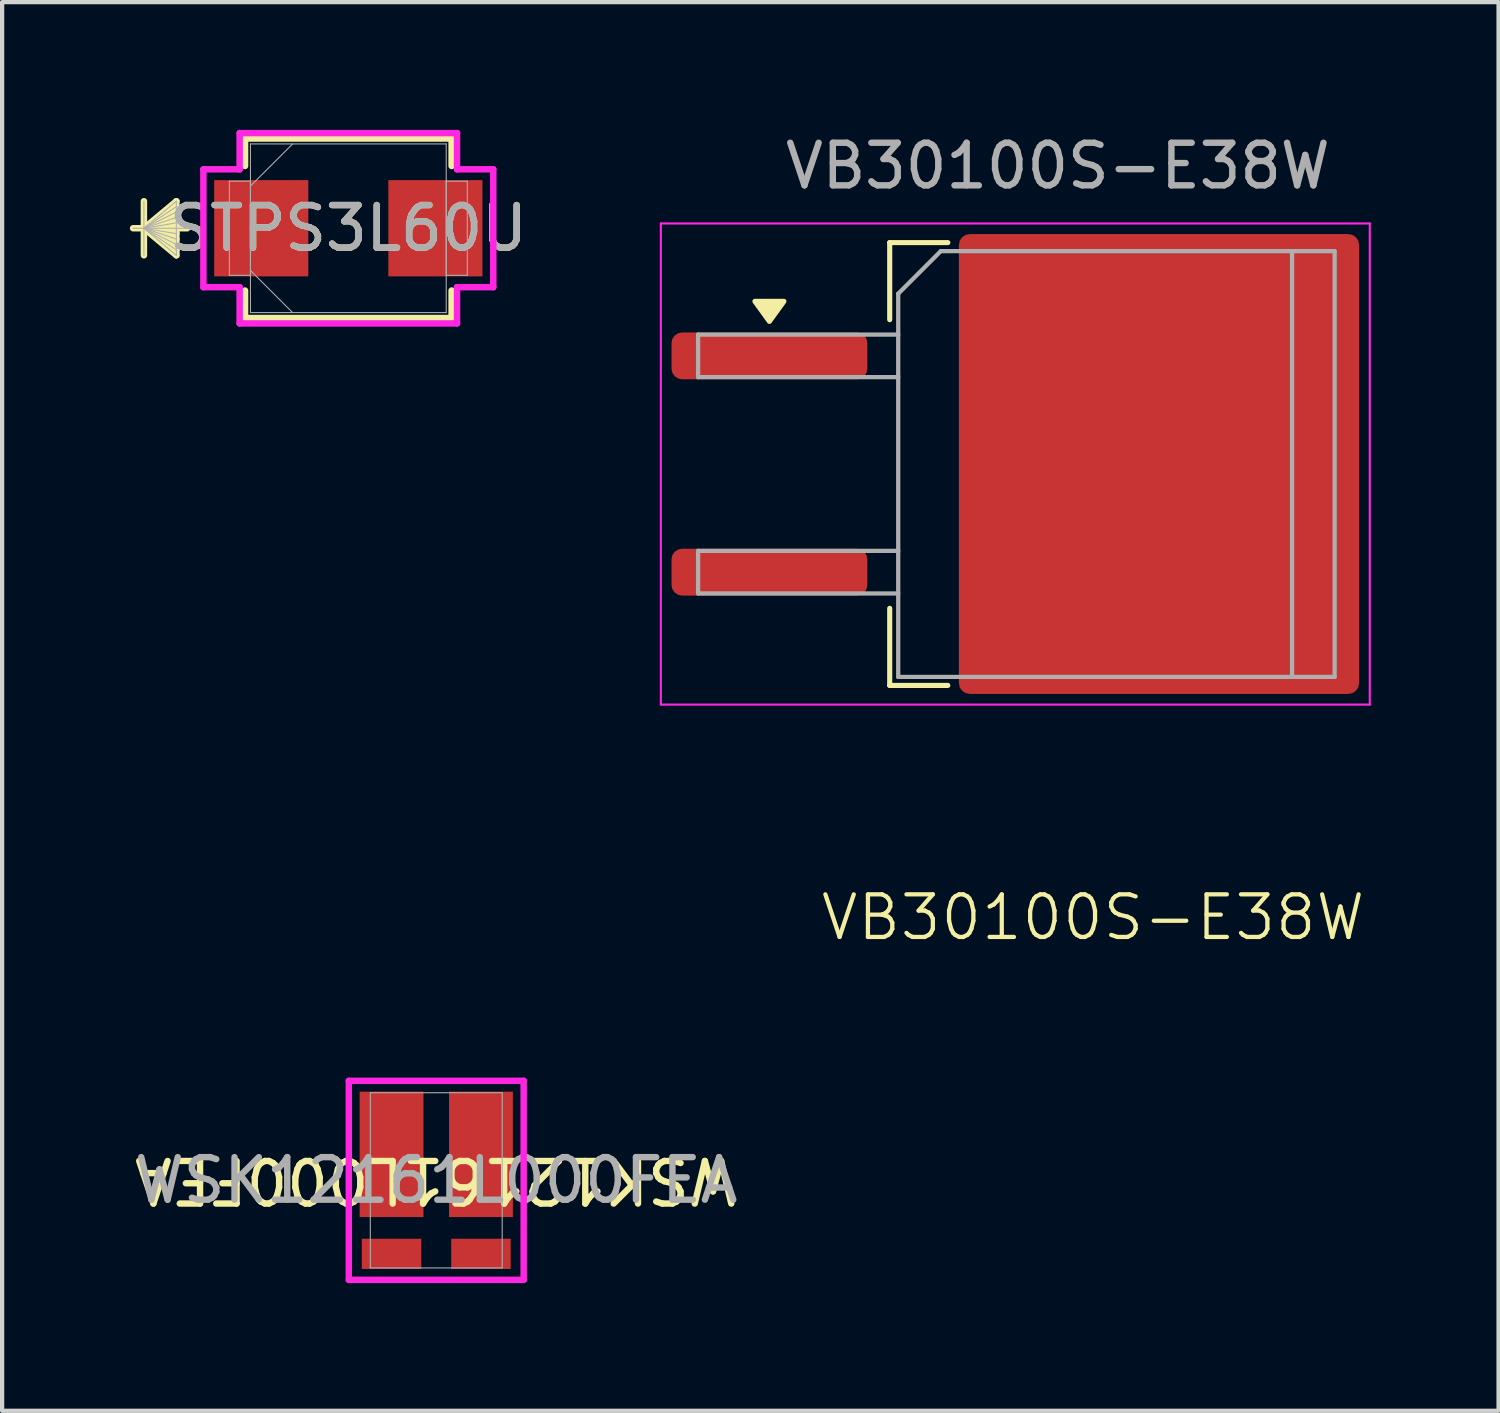
<source format=kicad_pcb>
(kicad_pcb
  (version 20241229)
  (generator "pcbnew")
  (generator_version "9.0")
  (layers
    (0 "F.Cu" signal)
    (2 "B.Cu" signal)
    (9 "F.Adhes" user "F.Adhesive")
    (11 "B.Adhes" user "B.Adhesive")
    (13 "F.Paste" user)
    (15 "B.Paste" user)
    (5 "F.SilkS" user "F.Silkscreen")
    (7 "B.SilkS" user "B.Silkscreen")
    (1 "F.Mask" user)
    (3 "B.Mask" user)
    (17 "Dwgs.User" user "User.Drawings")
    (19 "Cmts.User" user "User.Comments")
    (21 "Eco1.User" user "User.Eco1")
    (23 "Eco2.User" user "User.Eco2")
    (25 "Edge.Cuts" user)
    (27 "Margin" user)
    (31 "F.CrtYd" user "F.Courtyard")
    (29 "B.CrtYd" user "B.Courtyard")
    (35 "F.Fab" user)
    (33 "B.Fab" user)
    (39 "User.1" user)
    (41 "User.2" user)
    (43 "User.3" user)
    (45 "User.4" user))
  (footprint "VB30100S-E38W"
    (layer "F.Cu")
    (at 22.296 7.848)
    (property "Reference" "VB30100S-E38W" (at 0.325 10.65 0) (unlocked yes) (layer "F.SilkS") (effects (font (size 1 1) (thickness 0.1))))
    (attr smd)
    (fp_line (start -4.45 -5.2) (end -4.45 -3.39) (stroke (width 0.12) (type solid)) (layer "F.SilkS"))
    (fp_line (start -4.45 5.2) (end -4.45 3.39) (stroke (width 0.12) (type solid)) (layer "F.SilkS"))
    (fp_line (start -3.085 -5.2) (end -4.45 -5.2) (stroke (width 0.12) (type solid)) (layer "F.SilkS"))
    (fp_line (start -3.085 5.2) (end -4.45 5.2) (stroke (width 0.12) (type solid)) (layer "F.SilkS"))
    (fp_poly (pts (xy -7.275 -3.35) (xy -7.615 -3.82) (xy -6.935 -3.82) (xy -7.275 -3.35)) (stroke (width 0.12) (type solid)) (fill yes) (layer "F.SilkS"))
    (fp_line (start -9.825 -5.65) (end -9.825 5.65) (stroke (width 0.05) (type solid)) (layer "F.CrtYd"))
    (fp_line (start -9.825 5.65) (end 6.825 5.65) (stroke (width 0.05) (type solid)) (layer "F.CrtYd"))
    (fp_line (start 6.825 -5.65) (end -9.825 -5.65) (stroke (width 0.05) (type solid)) (layer "F.CrtYd"))
    (fp_line (start 6.825 5.65) (end 6.825 -5.65) (stroke (width 0.05) (type solid)) (layer "F.CrtYd"))
    (fp_line (start -8.95 -3.04) (end -8.95 -2.04) (stroke (width 0.1) (type solid)) (layer "F.Fab"))
    (fp_line (start -8.95 -2.04) (end -4.25 -2.04) (stroke (width 0.1) (type solid)) (layer "F.Fab"))
    (fp_line (start -8.95 2.04) (end -8.95 3.04) (stroke (width 0.1) (type solid)) (layer "F.Fab"))
    (fp_line (start -8.95 3.04) (end -4.25 3.04) (stroke (width 0.1) (type solid)) (layer "F.Fab"))
    (fp_line (start -4.25 -4) (end -3.25 -5) (stroke (width 0.1) (type solid)) (layer "F.Fab"))
    (fp_line (start -4.25 -3.04) (end -8.95 -3.04) (stroke (width 0.1) (type solid)) (layer "F.Fab"))
    (fp_line (start -4.25 2.04) (end -8.95 2.04) (stroke (width 0.1) (type solid)) (layer "F.Fab"))
    (fp_line (start -4.25 5) (end -4.25 -4) (stroke (width 0.1) (type solid)) (layer "F.Fab"))
    (fp_line (start -3.25 -5) (end 5 -5) (stroke (width 0.1) (type solid)) (layer "F.Fab"))
    (fp_line (start 5 -5) (end 5 5) (stroke (width 0.1) (type solid)) (layer "F.Fab"))
    (fp_line (start 5 -5) (end 6 -5) (stroke (width 0.1) (type solid)) (layer "F.Fab"))
    (fp_line (start 5 5) (end -4.25 5) (stroke (width 0.1) (type solid)) (layer "F.Fab"))
    (fp_line (start 6 -5) (end 6 5) (stroke (width 0.1) (type solid)) (layer "F.Fab"))
    (fp_line (start 6 5) (end 5 5) (stroke (width 0.1) (type solid)) (layer "F.Fab"))
    (fp_text user "${REFERENCE}" (at -0.5 -7 0) (layer "F.Fab") (effects (font (size 1 1) (thickness 0.15))))
    (pad "1" smd roundrect (at -7.275 2.54) (size 4.6 1.1) (layers "F.Cu" "F.Mask" "F.Paste") (roundrect_rratio 0.227))
    (pad "2" smd roundrect (at -7.275 -2.54) (size 4.6 1.1) (layers "F.Cu" "F.Mask" "F.Paste") (roundrect_rratio 0.227))
    (pad "3" smd roundrect (at 1.875 0) (size 9.4 10.8) (layers "F.Cu" "F.Mask") (roundrect_rratio 0.027)))
  (footprint "WSK12161L000FEA"
    (layer "F.Cu")
    (at 7.196 24.672)
    (property "Reference" "WSK12161L000FEA" (at 0 0 180) (unlocked yes) (layer "F.SilkS") (effects (font (size 1 1) (thickness 0.15))))
    (attr smd)
    (fp_line (start -2.053 -2.337) (end 2.053 -2.337) (stroke (width 0.152) (type solid)) (layer "F.CrtYd"))
    (fp_line (start -2.053 2.337) (end -2.053 -2.337) (stroke (width 0.152) (type solid)) (layer "F.CrtYd"))
    (fp_line (start 2.053 -2.337) (end 2.053 2.337) (stroke (width 0.152) (type solid)) (layer "F.CrtYd"))
    (fp_line (start 2.053 2.337) (end -2.053 2.337) (stroke (width 0.152) (type solid)) (layer "F.CrtYd"))
    (fp_line (start -1.549 -2.057) (end -1.549 2.057) (stroke (width 0.025) (type solid)) (layer "F.Fab"))
    (fp_line (start -1.549 2.057) (end 1.549 2.057) (stroke (width 0.025) (type solid)) (layer "F.Fab"))
    (fp_line (start 1.549 -2.057) (end -1.549 -2.057) (stroke (width 0.025) (type solid)) (layer "F.Fab"))
    (fp_line (start 1.549 2.057) (end 1.549 -2.057) (stroke (width 0.025) (type solid)) (layer "F.Fab"))
    (fp_text user "${REFERENCE}" (at 0 0 0) (unlocked yes) (layer "F.Fab") (effects (font (size 1 1) (thickness 0.15))))
    (pad "1" smd rect (at -1.05 -0.61 180) (size 1.499 2.946) (layers "F.Cu" "F.Mask" "F.Paste"))
    (pad "1" smd rect (at -1.05 1.727 180) (size 1.397 0.711) (layers "F.Cu" "F.Mask" "F.Paste"))
    (pad "2" smd rect (at 1.05 1.727 180) (size 1.397 0.711) (layers "F.Cu" "F.Mask" "F.Paste"))
    (pad "2" smd rect (at 1.05 -0.61 180) (size 1.499 2.946) (layers "F.Cu" "F.Mask" "F.Paste"))
    (zone (net_name "") (layer "F.Cu") (hatch full 0.508) (connect_pads) (min_thickness 0.254) (filled_areas_thickness no) (keepout (tracks not_allowed) (vias not_allowed) (pads allowed) (copperpour not_allowed) (footprints allowed)) (placement (enabled no)) (fill) (polygon (pts (xy 7.446 26.678) (xy 6.947 26.678) (xy 6.947 22.665) (xy 7.446 22.665)))))
  (footprint "STPS3L60U"
    (layer "F.Cu")
    (at 5.131 2.311)
    (property "Reference" "STPS3L60U" (at 0 0 0) (unlocked yes) (layer "F.SilkS") (effects (font (size 1 1) (thickness 0.15))))
    (attr smd)
    (fp_line (start -4.801 -0.635) (end -4.801 0.635) (stroke (width 0.152) (type solid)) (layer "F.SilkS"))
    (fp_line (start -4.801 0) (end -4.039 -0.635) (stroke (width 0.152) (type solid)) (layer "F.SilkS"))
    (fp_line (start -4.801 0) (end -4.039 -0.508) (stroke (width 0.152) (type solid)) (layer "F.SilkS"))
    (fp_line (start -4.801 0) (end -4.039 -0.381) (stroke (width 0.152) (type solid)) (layer "F.SilkS"))
    (fp_line (start -4.801 0) (end -4.039 -0.254) (stroke (width 0.152) (type solid)) (layer "F.SilkS"))
    (fp_line (start -4.801 0) (end -4.039 -0.127) (stroke (width 0.152) (type solid)) (layer "F.SilkS"))
    (fp_line (start -4.801 0) (end -4.039 0.127) (stroke (width 0.152) (type solid)) (layer "F.SilkS"))
    (fp_line (start -4.801 0) (end -4.039 0.254) (stroke (width 0.152) (type solid)) (layer "F.SilkS"))
    (fp_line (start -4.801 0) (end -4.039 0.381) (stroke (width 0.152) (type solid)) (layer "F.SilkS"))
    (fp_line (start -4.801 0) (end -4.039 0.508) (stroke (width 0.152) (type solid)) (layer "F.SilkS"))
    (fp_line (start -4.801 0) (end -4.039 0.635) (stroke (width 0.152) (type solid)) (layer "F.SilkS"))
    (fp_line (start -4.039 -0.635) (end -4.039 0.635) (stroke (width 0.152) (type solid)) (layer "F.SilkS"))
    (fp_line (start -3.785 0) (end -5.055 0) (stroke (width 0.152) (type solid)) (layer "F.SilkS"))
    (fp_line (start -2.426 -2.108) (end -2.426 -1.463) (stroke (width 0.152) (type solid)) (layer "F.SilkS"))
    (fp_line (start -2.426 1.463) (end -2.426 2.108) (stroke (width 0.152) (type solid)) (layer "F.SilkS"))
    (fp_line (start -2.426 2.108) (end 2.426 2.108) (stroke (width 0.152) (type solid)) (layer "F.SilkS"))
    (fp_line (start 2.426 -2.108) (end -2.426 -2.108) (stroke (width 0.152) (type solid)) (layer "F.SilkS"))
    (fp_line (start 2.426 -1.463) (end 2.426 -2.108) (stroke (width 0.152) (type solid)) (layer "F.SilkS"))
    (fp_line (start 2.426 2.108) (end 2.426 1.463) (stroke (width 0.152) (type solid)) (layer "F.SilkS"))
    (fp_line (start -3.404 -1.384) (end -2.553 -1.384) (stroke (width 0.152) (type solid)) (layer "F.CrtYd"))
    (fp_line (start -3.404 1.384) (end -3.404 -1.384) (stroke (width 0.152) (type solid)) (layer "F.CrtYd"))
    (fp_line (start -2.553 -2.235) (end 2.553 -2.235) (stroke (width 0.152) (type solid)) (layer "F.CrtYd"))
    (fp_line (start -2.553 -1.384) (end -2.553 -2.235) (stroke (width 0.152) (type solid)) (layer "F.CrtYd"))
    (fp_line (start -2.553 1.384) (end -3.404 1.384) (stroke (width 0.152) (type solid)) (layer "F.CrtYd"))
    (fp_line (start -2.553 2.235) (end -2.553 1.384) (stroke (width 0.152) (type solid)) (layer "F.CrtYd"))
    (fp_line (start 2.553 -2.235) (end 2.553 -1.384) (stroke (width 0.152) (type solid)) (layer "F.CrtYd"))
    (fp_line (start 2.553 -1.384) (end 3.404 -1.384) (stroke (width 0.152) (type solid)) (layer "F.CrtYd"))
    (fp_line (start 2.553 1.384) (end 2.553 2.235) (stroke (width 0.152) (type solid)) (layer "F.CrtYd"))
    (fp_line (start 2.553 2.235) (end -2.553 2.235) (stroke (width 0.152) (type solid)) (layer "F.CrtYd"))
    (fp_line (start 3.404 -1.384) (end 3.404 1.384) (stroke (width 0.152) (type solid)) (layer "F.CrtYd"))
    (fp_line (start 3.404 1.384) (end 2.553 1.384) (stroke (width 0.152) (type solid)) (layer "F.CrtYd"))
    (fp_line (start -4.801 -0.635) (end -4.801 0.635) (stroke (width 0.025) (type solid)) (layer "F.Fab"))
    (fp_line (start -4.801 0) (end -4.039 -0.635) (stroke (width 0.025) (type solid)) (layer "F.Fab"))
    (fp_line (start -4.801 0) (end -4.039 -0.508) (stroke (width 0.025) (type solid)) (layer "F.Fab"))
    (fp_line (start -4.801 0) (end -4.039 -0.381) (stroke (width 0.025) (type solid)) (layer "F.Fab"))
    (fp_line (start -4.801 0) (end -4.039 -0.254) (stroke (width 0.025) (type solid)) (layer "F.Fab"))
    (fp_line (start -4.801 0) (end -4.039 -0.127) (stroke (width 0.025) (type solid)) (layer "F.Fab"))
    (fp_line (start -4.801 0) (end -4.039 0.127) (stroke (width 0.025) (type solid)) (layer "F.Fab"))
    (fp_line (start -4.801 0) (end -4.039 0.254) (stroke (width 0.025) (type solid)) (layer "F.Fab"))
    (fp_line (start -4.801 0) (end -4.039 0.381) (stroke (width 0.025) (type solid)) (layer "F.Fab"))
    (fp_line (start -4.801 0) (end -4.039 0.508) (stroke (width 0.025) (type solid)) (layer "F.Fab"))
    (fp_line (start -4.801 0) (end -4.039 0.635) (stroke (width 0.025) (type solid)) (layer "F.Fab"))
    (fp_line (start -4.039 -0.635) (end -4.039 0.635) (stroke (width 0.025) (type solid)) (layer "F.Fab"))
    (fp_line (start -3.785 0) (end -5.055 0) (stroke (width 0.025) (type solid)) (layer "F.Fab"))
    (fp_line (start -2.794 -1.105) (end -2.794 1.105) (stroke (width 0.025) (type solid)) (layer "F.Fab"))
    (fp_line (start -2.794 1.105) (end -2.299 1.105) (stroke (width 0.025) (type solid)) (layer "F.Fab"))
    (fp_line (start -2.299 -1.981) (end -2.299 1.981) (stroke (width 0.025) (type solid)) (layer "F.Fab"))
    (fp_line (start -2.299 -1.105) (end -2.794 -1.105) (stroke (width 0.025) (type solid)) (layer "F.Fab"))
    (fp_line (start -2.299 -0.991) (end -1.308 -1.981) (stroke (width 0.025) (type solid)) (layer "F.Fab"))
    (fp_line (start -2.299 0.991) (end -1.308 1.981) (stroke (width 0.025) (type solid)) (layer "F.Fab"))
    (fp_line (start -2.299 1.105) (end -2.299 -1.105) (stroke (width 0.025) (type solid)) (layer "F.Fab"))
    (fp_line (start -2.299 1.981) (end 2.299 1.981) (stroke (width 0.025) (type solid)) (layer "F.Fab"))
    (fp_line (start 2.299 -1.981) (end -2.299 -1.981) (stroke (width 0.025) (type solid)) (layer "F.Fab"))
    (fp_line (start 2.299 -1.105) (end 2.299 1.105) (stroke (width 0.025) (type solid)) (layer "F.Fab"))
    (fp_line (start 2.299 1.105) (end 2.794 1.105) (stroke (width 0.025) (type solid)) (layer "F.Fab"))
    (fp_line (start 2.299 1.981) (end 2.299 -1.981) (stroke (width 0.025) (type solid)) (layer "F.Fab"))
    (fp_line (start 2.794 -1.105) (end 2.299 -1.105) (stroke (width 0.025) (type solid)) (layer "F.Fab"))
    (fp_line (start 2.794 1.105) (end 2.794 -1.105) (stroke (width 0.025) (type solid)) (layer "F.Fab"))
    (fp_text user "${REFERENCE}" (at 0 0 0) (unlocked yes) (layer "F.Fab") (effects (font (size 1 1) (thickness 0.15))))
    (pad "1" smd rect (at -2.045 0) (size 2.21 2.261) (layers "F.Cu" "F.Mask" "F.Paste"))
    (pad "2" smd rect (at 2.045 0) (size 2.21 2.261) (layers "F.Cu" "F.Mask" "F.Paste"))
    (zone (net_name "") (layer "F.Cu") (hatch full 0.508) (connect_pads) (min_thickness 0.254) (filled_areas_thickness no) (keepout (tracks not_allowed) (vias not_allowed) (pads allowed) (copperpour not_allowed) (footprints allowed)) (placement (enabled no)) (fill) (polygon (pts (xy 4.242 0.381) (xy 6.02 0.381) (xy 6.02 4.242) (xy 4.242 4.242)))))
  (gr_rect
    (start -3 -3)
    (end 32.146 30.085)
    (stroke (width 0.1) (type default))
    (fill no)
    (layer "Edge.Cuts")))
</source>
